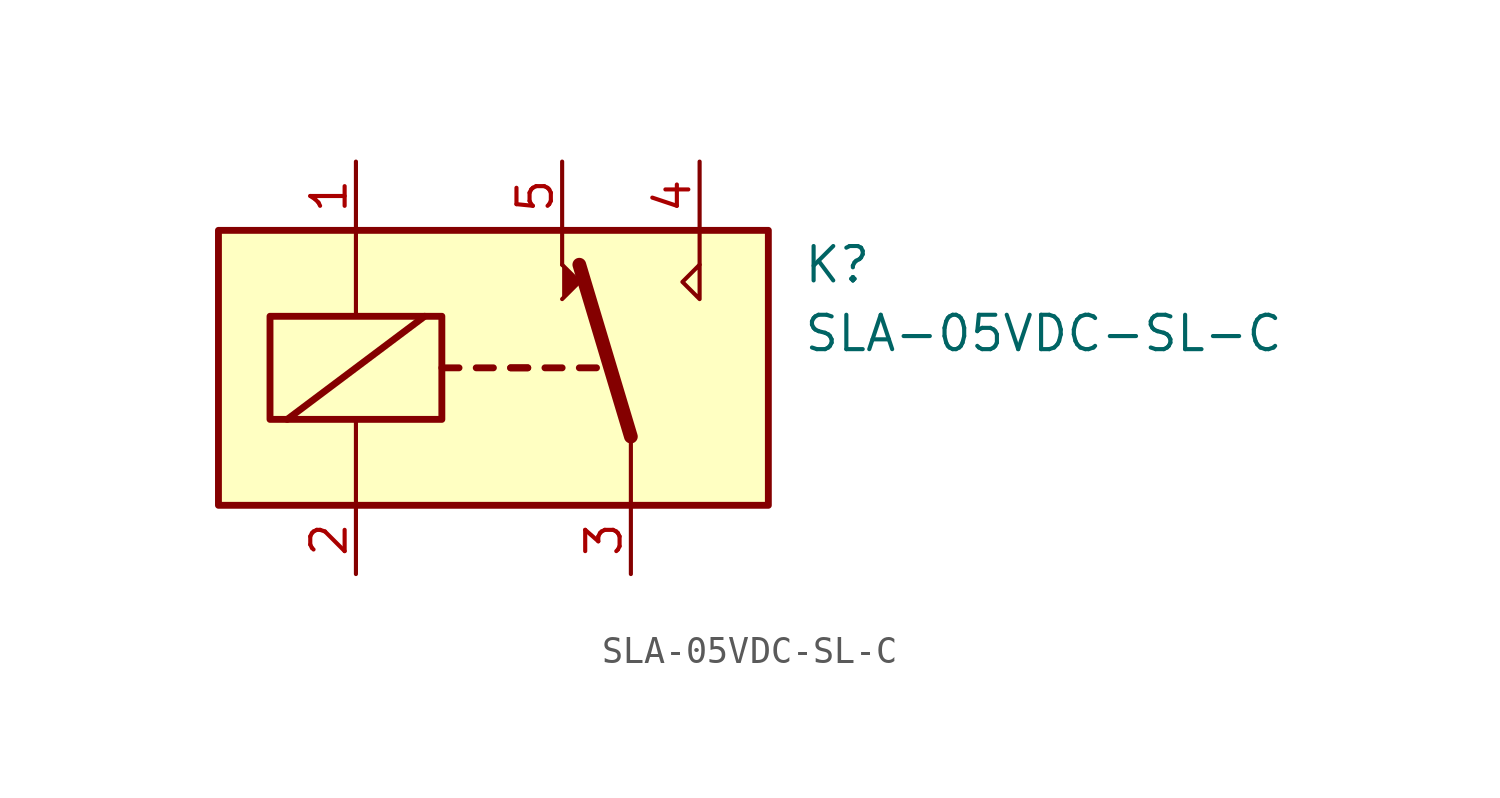
<source format=kicad_sym>
(kicad_symbol_lib
  (version 20211014)
  (generator kicad_symbol_editor)
  (symbol "SLA-05VDC-SL-C"
    (pin_names
      (offset 1.016))
    (property "Reference" "K"
      (at 11.43 3.81 0)
      (effects (font (size 1.27 1.27)) (justify left)))
    (property "Value" "SLA-05VDC-SL-C"
      (at 11.43 1.27 0)
      (effects (font (size 1.27 1.27)) (justify left)))
    (symbol "SLA-05VDC-SL-C_0_0"
      (polyline (pts (xy 2.54 3.81) (xy 2.54 5.08)) (stroke (width 0) (type default) (color 0 0 0 0)) (fill (type none)))
      (polyline (pts (xy 7.62 3.81) (xy 7.62 5.08)) (stroke (width 0) (type default) (color 0 0 0 0)) (fill (type none)))
      (polyline (pts (xy 7.62 3.81) (xy 7.62 2.54) (xy 6.985 3.175) (xy 7.62 3.81)) (stroke (width 0) (type default) (color 0 0 0 0)) (fill (type none))))
    (symbol "SLA-05VDC-SL-C_0_1"
      (rectangle (start -10.16 5.08) (end 10.16 -5.08) (stroke (width 0.254) (type default) (color 0 0 0 0)) (fill (type background)))
      (rectangle (start -8.255 1.905) (end -1.905 -1.905) (stroke (width 0.254) (type default) (color 0 0 0 0)) (fill (type none)))
      (polyline (pts (xy -7.62 -1.905) (xy -2.54 1.905)) (stroke (width 0.254) (type default) (color 0 0 0 0)) (fill (type none)))
      (polyline (pts (xy -5.08 -5.08) (xy -5.08 -1.905)) (stroke (width 0) (type default) (color 0 0 0 0)) (fill (type none)))
      (polyline (pts (xy -5.08 5.08) (xy -5.08 1.905)) (stroke (width 0) (type default) (color 0 0 0 0)) (fill (type none)))
      (polyline (pts (xy -1.905 0) (xy -1.27 0)) (stroke (width 0.254) (type default) (color 0 0 0 0)) (fill (type none)))
      (polyline (pts (xy -0.635 0) (xy 0 0)) (stroke (width 0.254) (type default) (color 0 0 0 0)) (fill (type none)))
      (polyline (pts (xy 0.635 0) (xy 1.27 0)) (stroke (width 0.254) (type default) (color 0 0 0 0)) (fill (type none)))
      (polyline (pts (xy 0.635 0) (xy 1.27 0)) (stroke (width 0.254) (type default) (color 0 0 0 0)) (fill (type none)))
      (polyline (pts (xy 1.905 0) (xy 2.54 0)) (stroke (width 0.254) (type default) (color 0 0 0 0)) (fill (type none)))
      (polyline (pts (xy 3.175 0) (xy 3.81 0)) (stroke (width 0.254) (type default) (color 0 0 0 0)) (fill (type none)))
      (polyline (pts (xy 5.08 -2.54) (xy 3.175 3.81)) (stroke (width 0.508) (type default) (color 0 0 0 0)) (fill (type none)))
      (polyline (pts (xy 5.08 -2.54) (xy 5.08 -5.08)) (stroke (width 0) (type default) (color 0 0 0 0)) (fill (type none)))
      (polyline (pts (xy 2.54 2.54) (xy 3.175 3.175) (xy 2.54 3.81)) (stroke (width 0) (type default) (color 0 0 0 0)) (fill (type outline))))
    (symbol "SLA-05VDC-SL-C_1_1"
      (pin passive line (at -5.08 7.62 270) (length 2.54) (name "~" (effects (font (size 1.27 1.27)))) (number "1" (effects (font (size 1.27 1.27)))))
      (pin passive line (at -5.08 -7.62 90) (length 2.54) (name "~" (effects (font (size 1.27 1.27)))) (number "2" (effects (font (size 1.27 1.27)))))
      (pin passive line (at 5.08 -7.62 90) (length 2.54) (name "~" (effects (font (size 1.27 1.27)))) (number "3" (effects (font (size 1.27 1.27)))))
      (pin passive line (at 7.62 7.62 270) (length 2.54) (name "~" (effects (font (size 1.27 1.27)))) (number "4" (effects (font (size 1.27 1.27)))))
      (pin passive line (at 2.54 7.62 270) (length 2.54) (name "~" (effects (font (size 1.27 1.27)))) (number "5" (effects (font (size 1.27 1.27))))))))
</source>
